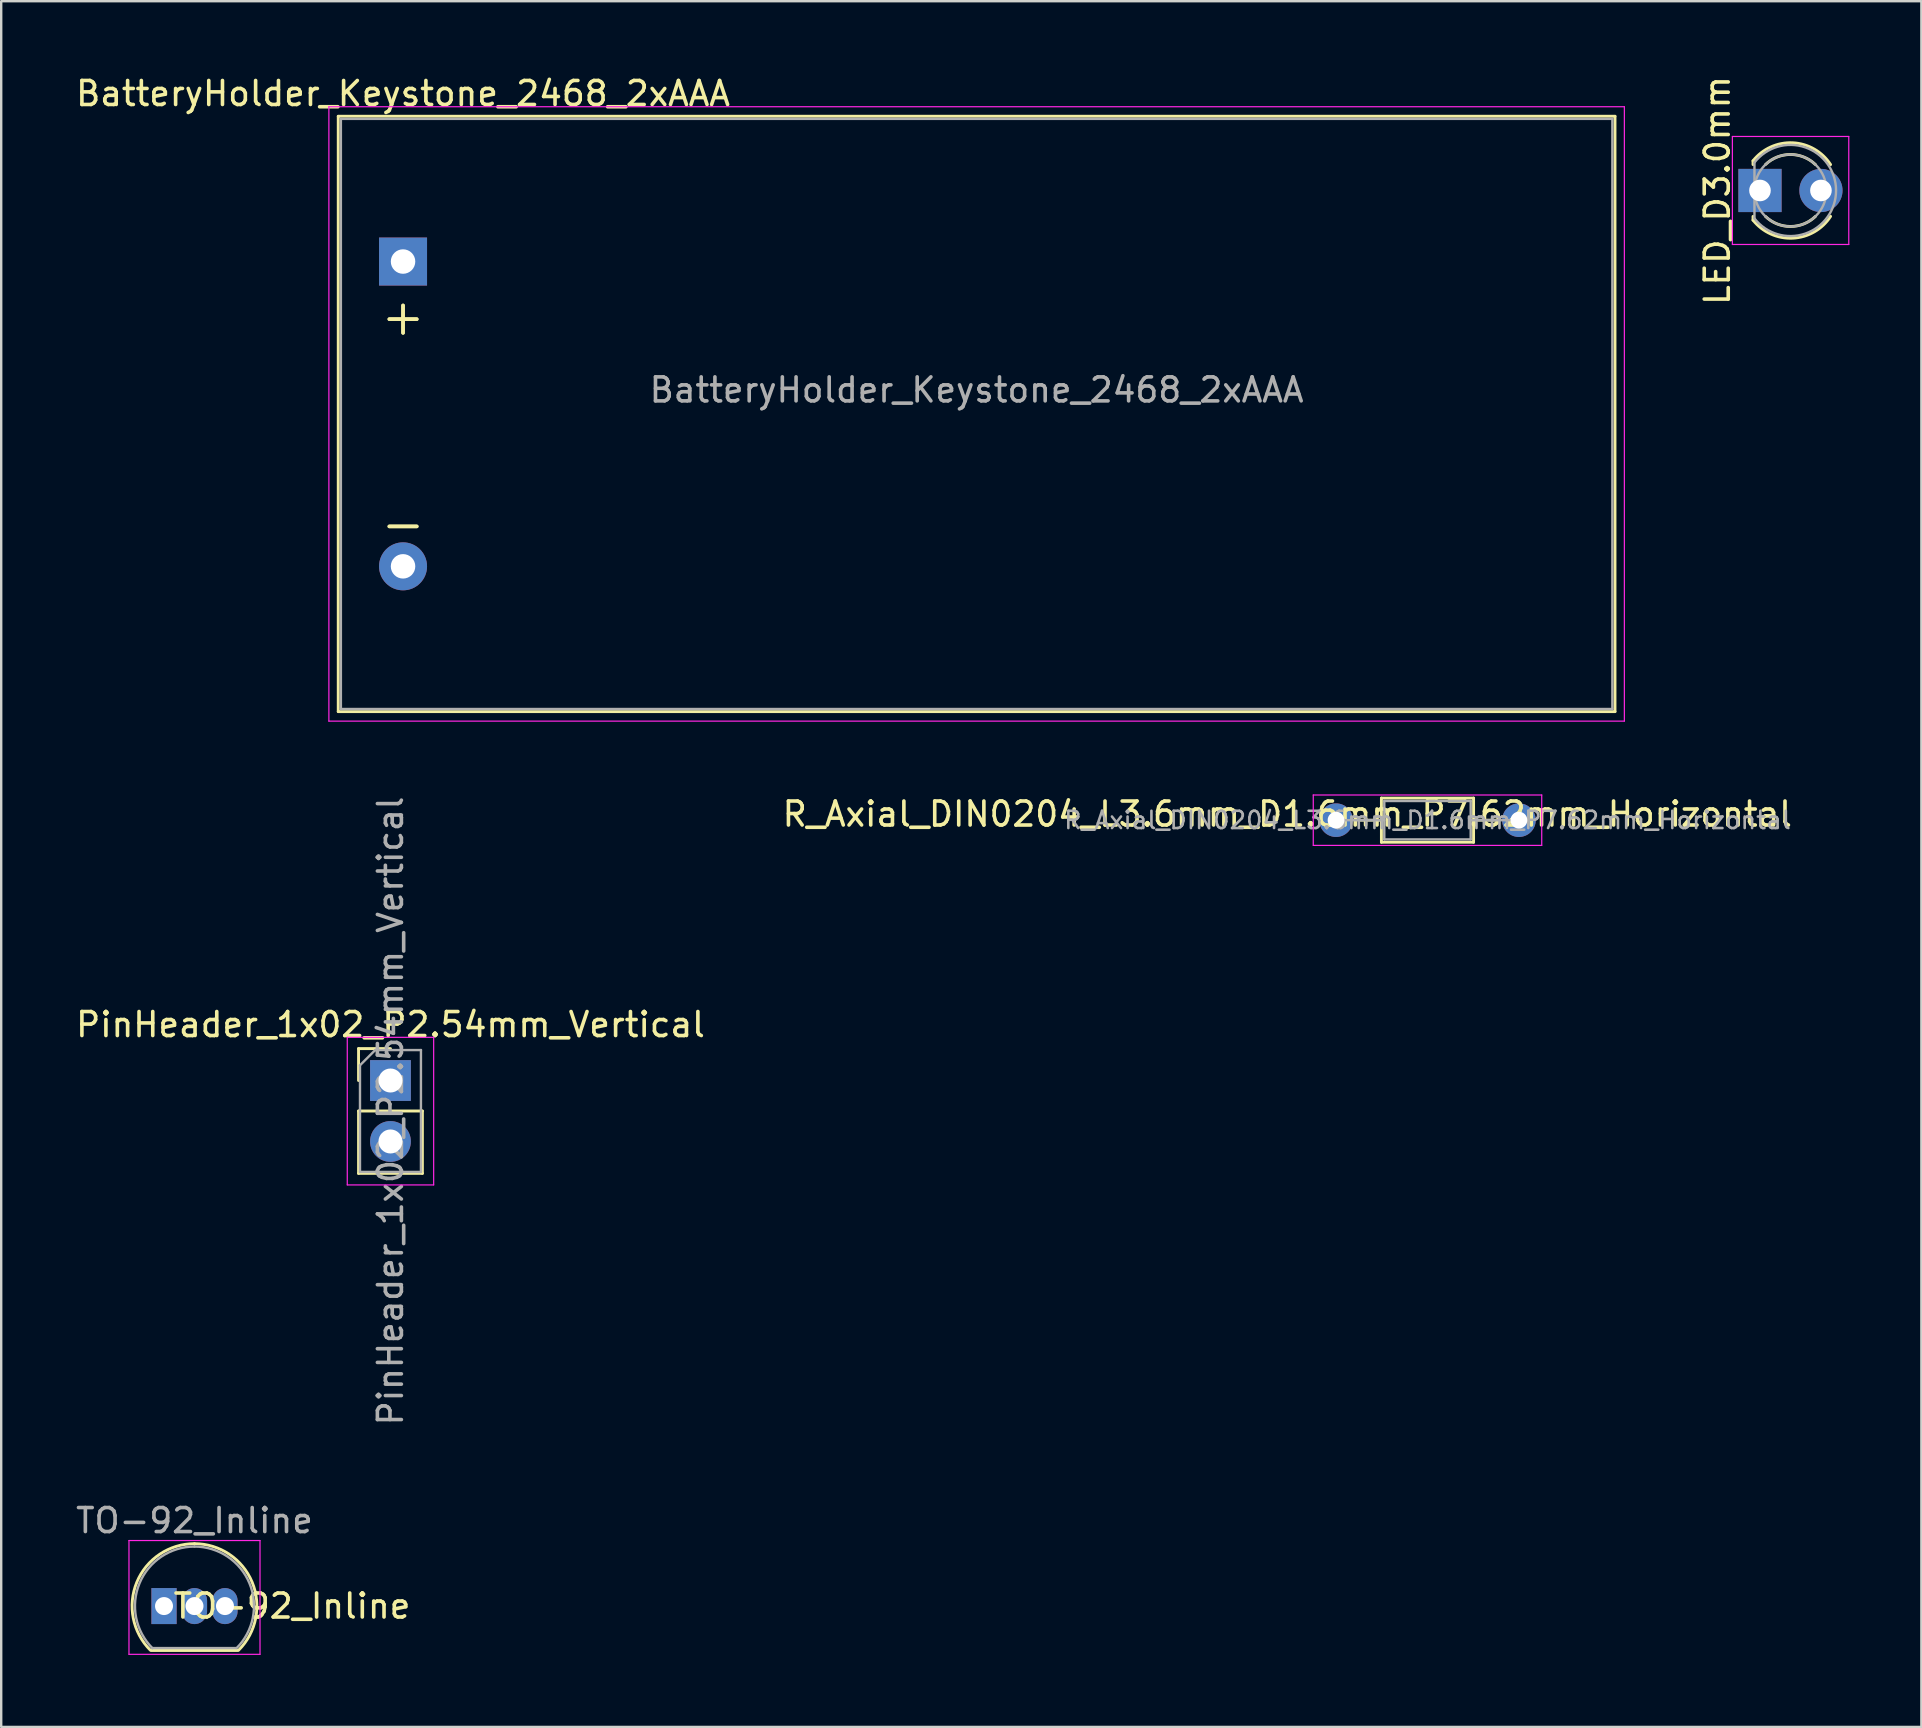
<source format=kicad_pcb>
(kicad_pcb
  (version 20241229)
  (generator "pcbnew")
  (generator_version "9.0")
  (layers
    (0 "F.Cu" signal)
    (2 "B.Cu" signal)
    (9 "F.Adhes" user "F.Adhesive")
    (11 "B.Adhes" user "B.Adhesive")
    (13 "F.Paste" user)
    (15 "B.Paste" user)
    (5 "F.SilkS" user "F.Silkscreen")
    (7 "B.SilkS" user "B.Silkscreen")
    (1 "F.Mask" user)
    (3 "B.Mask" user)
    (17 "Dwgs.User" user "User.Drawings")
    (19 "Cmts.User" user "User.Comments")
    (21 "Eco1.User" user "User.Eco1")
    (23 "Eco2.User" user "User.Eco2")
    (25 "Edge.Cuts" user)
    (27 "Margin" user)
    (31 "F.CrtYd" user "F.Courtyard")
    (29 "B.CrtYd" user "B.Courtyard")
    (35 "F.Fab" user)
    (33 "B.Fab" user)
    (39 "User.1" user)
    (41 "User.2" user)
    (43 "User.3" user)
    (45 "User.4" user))
  (footprint "R_Axial_DIN0204_L3.6mm_D1.6mm_P7.62mm_Horizontal"
    (layer "F.Cu")
    (at 52.621 31.125)
    (property "Reference" "R_Axial_DIN0204_L3.6mm_D1.6mm_P7.62mm_Horizontal" (at -2.032 -0.254 180) (layer "F.SilkS") (effects (font (size 1 1) (thickness 0.15))))
    (attr through_hole)
    (fp_line (start 0.94 0) (end 1.89 0) (stroke (width 0.12) (type solid)) (layer "F.SilkS"))
    (fp_line (start 1.89 -0.92) (end 1.89 0.92) (stroke (width 0.12) (type solid)) (layer "F.SilkS"))
    (fp_line (start 1.89 0.92) (end 5.73 0.92) (stroke (width 0.12) (type solid)) (layer "F.SilkS"))
    (fp_line (start 5.73 -0.92) (end 1.89 -0.92) (stroke (width 0.12) (type solid)) (layer "F.SilkS"))
    (fp_line (start 5.73 0.92) (end 5.73 -0.92) (stroke (width 0.12) (type solid)) (layer "F.SilkS"))
    (fp_line (start 6.68 0) (end 5.73 0) (stroke (width 0.12) (type solid)) (layer "F.SilkS"))
    (fp_line (start -0.95 -1.05) (end -0.95 1.05) (stroke (width 0.05) (type solid)) (layer "F.CrtYd"))
    (fp_line (start -0.95 1.05) (end 8.57 1.05) (stroke (width 0.05) (type solid)) (layer "F.CrtYd"))
    (fp_line (start 8.57 -1.05) (end -0.95 -1.05) (stroke (width 0.05) (type solid)) (layer "F.CrtYd"))
    (fp_line (start 8.57 1.05) (end 8.57 -1.05) (stroke (width 0.05) (type solid)) (layer "F.CrtYd"))
    (fp_line (start 0 0) (end 2.01 0) (stroke (width 0.1) (type solid)) (layer "F.Fab"))
    (fp_line (start 2.01 -0.8) (end 2.01 0.8) (stroke (width 0.1) (type solid)) (layer "F.Fab"))
    (fp_line (start 2.01 0.8) (end 5.61 0.8) (stroke (width 0.1) (type solid)) (layer "F.Fab"))
    (fp_line (start 5.61 -0.8) (end 2.01 -0.8) (stroke (width 0.1) (type solid)) (layer "F.Fab"))
    (fp_line (start 5.61 0.8) (end 5.61 -0.8) (stroke (width 0.1) (type solid)) (layer "F.Fab"))
    (fp_line (start 7.62 0) (end 5.61 0) (stroke (width 0.1) (type solid)) (layer "F.Fab"))
    (fp_text user "${REFERENCE}" (at 3.81 0 180) (layer "F.Fab") (effects (font (size 0.72 0.72) (thickness 0.108))))
    (pad "1" thru_hole circle (at 0 0) (size 1.4 1.4) (drill 0.7) (layers "*.Cu" "*.Mask"))
    (pad "2" thru_hole oval (at 7.62 0) (size 1.4 1.4) (drill 0.7) (layers "*.Cu" "*.Mask")))
  (footprint "PinHeader_1x02_P2.54mm_Vertical"
    (layer "F.Cu")
    (at 13.22 41.973)
    (property "Reference" "PinHeader_1x02_P2.54mm_Vertical" (at 0 -2.33 0) (layer "F.SilkS") (effects (font (size 1 1) (thickness 0.15))))
    (attr through_hole)
    (fp_line (start -1.33 -1.33) (end 0 -1.33) (stroke (width 0.12) (type solid)) (layer "F.SilkS"))
    (fp_line (start -1.33 0) (end -1.33 -1.33) (stroke (width 0.12) (type solid)) (layer "F.SilkS"))
    (fp_line (start -1.33 1.27) (end -1.33 3.87) (stroke (width 0.12) (type solid)) (layer "F.SilkS"))
    (fp_line (start -1.33 1.27) (end 1.33 1.27) (stroke (width 0.12) (type solid)) (layer "F.SilkS"))
    (fp_line (start -1.33 3.87) (end 1.33 3.87) (stroke (width 0.12) (type solid)) (layer "F.SilkS"))
    (fp_line (start 1.33 1.27) (end 1.33 3.87) (stroke (width 0.12) (type solid)) (layer "F.SilkS"))
    (fp_line (start -1.8 -1.8) (end -1.8 4.35) (stroke (width 0.05) (type solid)) (layer "F.CrtYd"))
    (fp_line (start -1.8 4.35) (end 1.8 4.35) (stroke (width 0.05) (type solid)) (layer "F.CrtYd"))
    (fp_line (start 1.8 -1.8) (end -1.8 -1.8) (stroke (width 0.05) (type solid)) (layer "F.CrtYd"))
    (fp_line (start 1.8 4.35) (end 1.8 -1.8) (stroke (width 0.05) (type solid)) (layer "F.CrtYd"))
    (fp_line (start -1.27 -0.635) (end -0.635 -1.27) (stroke (width 0.1) (type solid)) (layer "F.Fab"))
    (fp_line (start -1.27 3.81) (end -1.27 -0.635) (stroke (width 0.1) (type solid)) (layer "F.Fab"))
    (fp_line (start -0.635 -1.27) (end 1.27 -1.27) (stroke (width 0.1) (type solid)) (layer "F.Fab"))
    (fp_line (start 1.27 -1.27) (end 1.27 3.81) (stroke (width 0.1) (type solid)) (layer "F.Fab"))
    (fp_line (start 1.27 3.81) (end -1.27 3.81) (stroke (width 0.1) (type solid)) (layer "F.Fab"))
    (fp_text user "${REFERENCE}" (at 0 1.27 270) (layer "F.Fab") (effects (font (size 1 1) (thickness 0.15))))
    (pad "1" thru_hole rect (at 0 0) (size 1.7 1.7) (drill 1) (layers "*.Cu" "*.Mask"))
    (pad "2" thru_hole oval (at 0 2.54) (size 1.7 1.7) (drill 1) (layers "*.Cu" "*.Mask")))
  (footprint "BatteryHolder_Keystone_2468_2xAAA"
    (layer "F.Cu")
    (at 13.744 7.848)
    (property "Reference" "BatteryHolder_Keystone_2468_2xAAA" (at 0 -7 180) (layer "F.SilkS") (effects (font (size 1 1) (thickness 0.15))))
    (attr through_hole)
    (fp_line (start -2.7 -6.05) (end -2.7 18.75) (stroke (width 0.12) (type solid)) (layer "F.SilkS"))
    (fp_line (start -2.7 18.755) (end 50.5 18.755) (stroke (width 0.12) (type solid)) (layer "F.SilkS"))
    (fp_line (start 50.5 -6.055) (end -2.7 -6.055) (stroke (width 0.12) (type solid)) (layer "F.SilkS"))
    (fp_line (start 50.5 18.75) (end 50.5 -6.05) (stroke (width 0.12) (type solid)) (layer "F.SilkS"))
    (fp_line (start -3.09 -6.45) (end -3.09 19.15) (stroke (width 0.05) (type solid)) (layer "F.CrtYd"))
    (fp_line (start -3.09 19.15) (end 50.89 19.15) (stroke (width 0.05) (type solid)) (layer "F.CrtYd"))
    (fp_line (start 50.89 -6.45) (end -3.09 -6.45) (stroke (width 0.05) (type solid)) (layer "F.CrtYd"))
    (fp_line (start 50.89 19.15) (end 50.89 -6.45) (stroke (width 0.05) (type solid)) (layer "F.CrtYd"))
    (fp_line (start -2.59 -5.945) (end 50.39 -5.945) (stroke (width 0.1) (type solid)) (layer "F.Fab"))
    (fp_line (start -2.59 18.645) (end -2.59 -5.945) (stroke (width 0.1) (type solid)) (layer "F.Fab"))
    (fp_line (start -2.59 18.645) (end 50.39 18.645) (stroke (width 0.1) (type solid)) (layer "F.Fab"))
    (fp_line (start 50.39 18.645) (end 50.39 -5.945) (stroke (width 0.1) (type solid)) (layer "F.Fab"))
    (fp_text user "-" (at 0 10.922 180) (layer "F.SilkS") (effects (font (size 1.5 1.5) (thickness 0.15))))
    (fp_text user "+" (at 0 2.286 180) (layer "F.SilkS") (effects (font (size 1.5 1.5) (thickness 0.15))))
    (fp_text user "-" (at 0 10.922 180) (layer "F.SilkS") (effects (font (size 1.5 1.5) (thickness 0.15))))
    (fp_text user "+" (at 0 2.286 180) (layer "F.SilkS") (effects (font (size 1.5 1.5) (thickness 0.15))))
    (fp_text user "${REFERENCE}" (at 23.9 5.35 180) (layer "F.Fab") (effects (font (size 1 1) (thickness 0.15))))
    (pad "1" thru_hole rect (at 0 0) (size 2 2) (drill 1.02) (layers "*.Cu" "*.Mask"))
    (pad "2" thru_hole circle (at 0 12.7) (size 2 2) (drill 1.02) (layers "*.Cu" "*.Mask")))
  (footprint "LED_D3.0mm"
    (layer "F.Cu")
    (at 70.285 4.887)
    (property "Reference" "LED_D3.0mm" (at -1.778 0 270) (layer "F.SilkS") (effects (font (size 1 1) (thickness 0.15))))
    (attr through_hole)
    (fp_line (start -0.29 -1.236) (end -0.29 -1.08) (stroke (width 0.12) (type solid)) (layer "F.SilkS"))
    (fp_line (start -0.29 1.08) (end -0.29 1.236) (stroke (width 0.12) (type solid)) (layer "F.SilkS"))
    (fp_arc (start -0.29 -1.235516) (mid 1.366487 -1.987659) (end 2.942335 -1.078608) (stroke (width 0.12) (type solid)) (layer "F.SilkS"))
    (fp_arc (start 0.229039 -1.08) (mid 1.270117 -1.5) (end 2.31113 -1.079837) (stroke (width 0.12) (type solid)) (layer "F.SilkS"))
    (fp_arc (start 2.31113 1.079837) (mid 1.270117 1.5) (end 0.229039 1.08) (stroke (width 0.12) (type solid)) (layer "F.SilkS"))
    (fp_arc (start 2.942335 1.078608) (mid 1.366487 1.987659) (end -0.29 1.235516) (stroke (width 0.12) (type solid)) (layer "F.SilkS"))
    (fp_line (start -1.15 -2.25) (end -1.15 2.25) (stroke (width 0.05) (type solid)) (layer "F.CrtYd"))
    (fp_line (start -1.15 2.25) (end 3.7 2.25) (stroke (width 0.05) (type solid)) (layer "F.CrtYd"))
    (fp_line (start 3.7 -2.25) (end -1.15 -2.25) (stroke (width 0.05) (type solid)) (layer "F.CrtYd"))
    (fp_line (start 3.7 2.25) (end 3.7 -2.25) (stroke (width 0.05) (type solid)) (layer "F.CrtYd"))
    (fp_line (start -0.23 -1.166) (end -0.23 1.166) (stroke (width 0.1) (type solid)) (layer "F.Fab"))
    (fp_arc (start -0.23 -1.16619) (mid 3.17 0.000452) (end -0.230555 1.165476) (stroke (width 0.1) (type solid)) (layer "F.Fab"))
    (fp_circle (center 1.27 0) (end 2.77 0) (stroke (width 0.1) (type solid)) (fill no) (layer "F.Fab"))
    (pad "1" thru_hole rect (at 0 0) (size 1.8 1.8) (drill 0.9) (layers "*.Cu" "*.Mask"))
    (pad "2" thru_hole circle (at 2.54 0) (size 1.8 1.8) (drill 0.9) (layers "*.Cu" "*.Mask")))
  (footprint "TO-92_Inline"
    (layer "F.Cu")
    (at 3.784 63.872)
    (property "Reference" "TO-92_Inline" (at 5.334 0 0) (layer "F.SilkS") (effects (font (size 1 1) (thickness 0.15))))
    (attr through_hole)
    (fp_line (start -0.53 1.85) (end 3.07 1.85) (stroke (width 0.12) (type solid)) (layer "F.SilkS"))
    (fp_arc (start -0.568478 1.838478) (mid -1.132087 -0.994977) (end 1.27 -2.6) (stroke (width 0.12) (type solid)) (layer "F.SilkS"))
    (fp_arc (start 1.27 -2.6) (mid 3.672087 -0.994977) (end 3.108478 1.838478) (stroke (width 0.12) (type solid)) (layer "F.SilkS"))
    (fp_line (start -1.46 -2.73) (end -1.46 2.01) (stroke (width 0.05) (type solid)) (layer "F.CrtYd"))
    (fp_line (start -1.46 -2.73) (end 4 -2.73) (stroke (width 0.05) (type solid)) (layer "F.CrtYd"))
    (fp_line (start 4 2.01) (end -1.46 2.01) (stroke (width 0.05) (type solid)) (layer "F.CrtYd"))
    (fp_line (start 4 2.01) (end 4 -2.73) (stroke (width 0.05) (type solid)) (layer "F.CrtYd"))
    (fp_line (start -0.5 1.75) (end 3 1.75) (stroke (width 0.1) (type solid)) (layer "F.Fab"))
    (fp_arc (start -0.483625 1.753625) (mid -1.021221 -0.949055) (end 1.27 -2.48) (stroke (width 0.1) (type solid)) (layer "F.Fab"))
    (fp_arc (start 1.27 -2.48) (mid 3.561221 -0.949055) (end 3.023625 1.753625) (stroke (width 0.1) (type solid)) (layer "F.Fab"))
    (fp_text user "${REFERENCE}" (at 1.27 -3.56 0) (layer "F.Fab") (effects (font (size 1 1) (thickness 0.15))))
    (pad "1" thru_hole rect (at 0 0) (size 1.05 1.5) (drill 0.75) (layers "*.Cu" "*.Mask"))
    (pad "2" thru_hole oval (at 1.27 0) (size 1.05 1.5) (drill 0.75) (layers "*.Cu" "*.Mask"))
    (pad "3" thru_hole oval (at 2.54 0) (size 1.05 1.5) (drill 0.75) (layers "*.Cu" "*.Mask")))
  (gr_rect
    (start -3 -3)
    (end 77.01 68.907)
    (stroke (width 0.1) (type default))
    (fill no)
    (layer "Edge.Cuts")))
</source>
